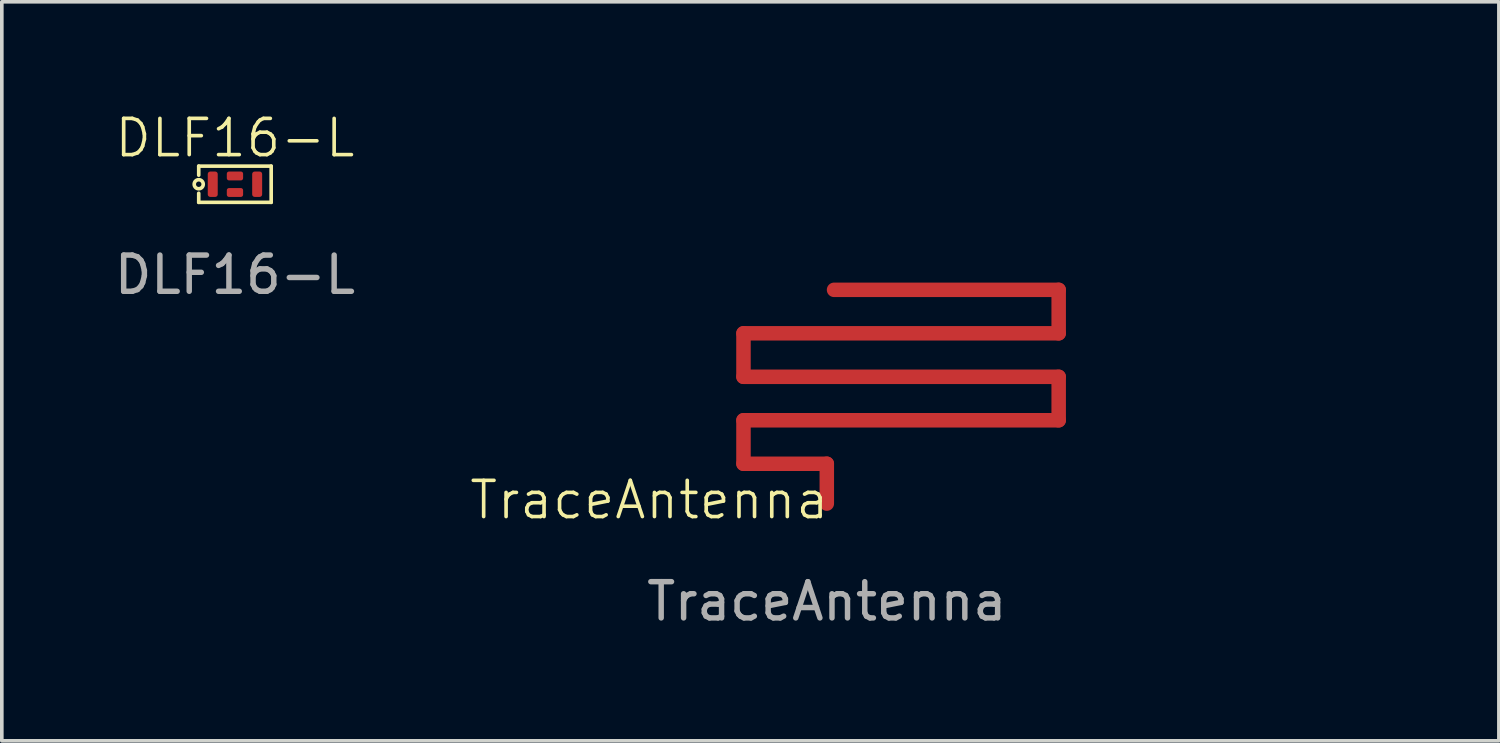
<source format=kicad_pcb>
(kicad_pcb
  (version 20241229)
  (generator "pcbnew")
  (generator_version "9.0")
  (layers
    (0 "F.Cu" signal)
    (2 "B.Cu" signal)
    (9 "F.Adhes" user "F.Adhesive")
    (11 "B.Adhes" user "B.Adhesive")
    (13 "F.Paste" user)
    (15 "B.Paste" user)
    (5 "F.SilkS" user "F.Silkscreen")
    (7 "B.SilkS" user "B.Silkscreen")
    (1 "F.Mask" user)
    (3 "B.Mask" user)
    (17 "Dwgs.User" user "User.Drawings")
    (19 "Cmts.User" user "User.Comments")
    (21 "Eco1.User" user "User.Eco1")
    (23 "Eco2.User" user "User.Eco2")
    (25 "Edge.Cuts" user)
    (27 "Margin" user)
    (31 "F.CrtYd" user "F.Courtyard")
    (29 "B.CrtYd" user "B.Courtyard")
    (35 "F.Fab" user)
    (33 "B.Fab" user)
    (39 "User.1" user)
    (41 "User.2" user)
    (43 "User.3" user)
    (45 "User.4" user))
  (footprint "DLF16-L"
    (layer "F.Cu")
    (at 3.435 2.035)
    (property "Reference" "DLF16-L" (at 0 -1.275 0) (unlocked yes) (layer "F.SilkS") (effects (font (size 1 1) (thickness 0.1))))
    (attr smd)
    (fp_line (start -1 -0.5) (end -1 -0.25) (stroke (width 0.1) (type default)) (layer "F.SilkS"))
    (fp_line (start -1 -0.5) (end 1 -0.5) (stroke (width 0.1) (type default)) (layer "F.SilkS"))
    (fp_line (start -1 0.5) (end -1 0.25) (stroke (width 0.1) (type default)) (layer "F.SilkS"))
    (fp_line (start -1 0.5) (end 1 0.5) (stroke (width 0.1) (type default)) (layer "F.SilkS"))
    (fp_line (start 1 -0.5) (end 1 0.5) (stroke (width 0.1) (type default)) (layer "F.SilkS"))
    (fp_circle (center -1 0) (end -0.925 0.1) (stroke (width 0.1) (type solid)) (fill no) (layer "F.SilkS"))
    (fp_text user "${REFERENCE}" (at 0 2.5 0) (unlocked yes) (layer "F.Fab") (effects (font (size 1 1) (thickness 0.15))))
    (pad "1" smd roundrect (at -0.613 0) (size 0.275 0.7) (layers "F.Cu" "F.Mask" "F.Paste") (roundrect_rratio 0.25))
    (pad "2" smd roundrect (at 0 -0.228) (size 0.45 0.245) (layers "F.Cu" "F.Mask" "F.Paste") (roundrect_rratio 0.25))
    (pad "3" smd roundrect (at 0.613 0) (size 0.275 0.7) (layers "F.Cu" "F.Mask" "F.Paste") (roundrect_rratio 0.25))
    (pad "4" smd roundrect (at 0 0.228) (size 0.45 0.245) (layers "F.Cu" "F.Mask" "F.Paste") (roundrect_rratio 0.25)))
  (footprint "TraceAntenna"
    (layer "F.Cu")
    (at 19.771 11.05)
    (property "Reference" "TraceAntenna" (at -4.9 -0.3 0) (unlocked yes) (layer "F.SilkS") (effects (font (size 1 1) (thickness 0.1))))
    (attr smd)
    (fp_line (start -2.3 -4.9) (end 6.4 -4.9) (stroke (width 0.4) (type solid)) (layer "F.Cu"))
    (fp_line (start -2.3 -3.7) (end -2.3 -4.9) (stroke (width 0.4) (type solid)) (layer "F.Cu"))
    (fp_line (start -2.3 -2.5) (end 6.4 -2.5) (stroke (width 0.4) (type solid)) (layer "F.Cu"))
    (fp_line (start -2.3 -1.3) (end -2.3 -2.5) (stroke (width 0.4) (type solid)) (layer "F.Cu"))
    (fp_line (start 0 -1.3) (end -2.3 -1.3) (stroke (width 0.4) (type solid)) (layer "F.Cu"))
    (fp_line (start 0 -0.2) (end 0 -1.3) (stroke (width 0.4) (type solid)) (layer "F.Cu"))
    (fp_line (start 6.4 -6.1) (end 0.2 -6.1) (stroke (width 0.4) (type solid)) (layer "F.Cu"))
    (fp_line (start 6.4 -4.9) (end 6.4 -6.1) (stroke (width 0.4) (type solid)) (layer "F.Cu"))
    (fp_line (start 6.4 -3.7) (end -2.3 -3.7) (stroke (width 0.4) (type solid)) (layer "F.Cu"))
    (fp_line (start 6.4 -2.5) (end 6.4 -3.7) (stroke (width 0.4) (type solid)) (layer "F.Cu"))
    (fp_rect (start -3.5 -11) (end 15.5 0) (stroke (width 0.1) (type default)) (fill no) (layer "Eco1.User"))
    (fp_text user "${REFERENCE}" (at 0 2.5 0) (unlocked yes) (layer "F.Fab") (effects (font (size 1 1) (thickness 0.15)))))
  (gr_rect
    (start -3 -3)
    (end 38.321 17.398)
    (stroke (width 0.1) (type default))
    (fill no)
    (layer "Edge.Cuts")))
</source>
